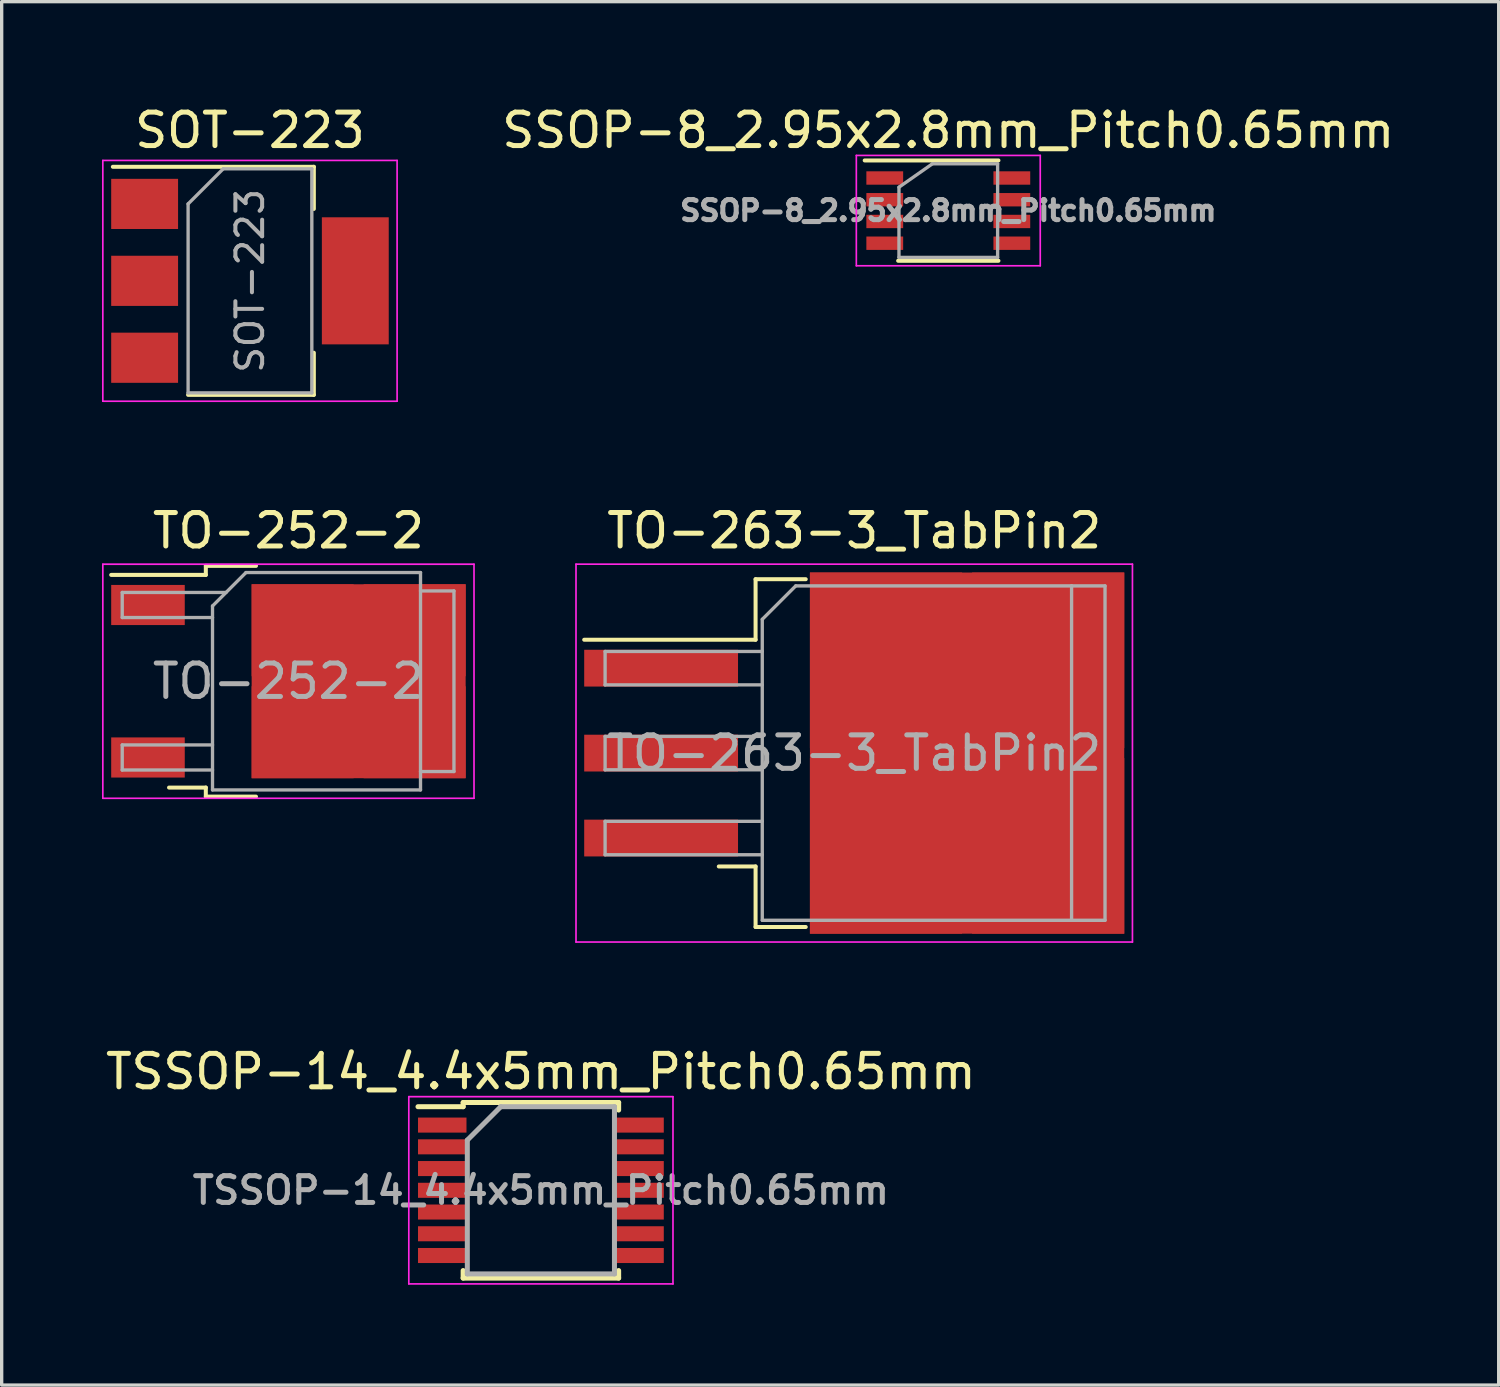
<source format=kicad_pcb>
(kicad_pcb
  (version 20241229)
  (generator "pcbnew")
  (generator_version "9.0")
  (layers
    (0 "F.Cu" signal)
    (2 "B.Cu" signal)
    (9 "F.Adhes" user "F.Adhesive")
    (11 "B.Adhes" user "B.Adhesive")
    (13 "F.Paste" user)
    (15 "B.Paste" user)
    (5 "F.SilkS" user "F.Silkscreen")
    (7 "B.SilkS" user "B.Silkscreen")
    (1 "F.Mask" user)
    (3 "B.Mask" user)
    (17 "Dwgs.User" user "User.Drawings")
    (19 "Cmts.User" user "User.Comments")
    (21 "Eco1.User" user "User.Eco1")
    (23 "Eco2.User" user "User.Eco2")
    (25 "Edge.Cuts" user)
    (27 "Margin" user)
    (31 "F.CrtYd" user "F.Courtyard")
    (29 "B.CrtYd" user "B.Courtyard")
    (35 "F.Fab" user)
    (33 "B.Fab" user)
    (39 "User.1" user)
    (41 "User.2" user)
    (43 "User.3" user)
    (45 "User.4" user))
  (footprint "TO-252-2"
    (layer "F.Cu")
    (at 5.575 17.322)
    (property "Reference" "TO-252-2" (at 0 -4.5 0) (layer "F.SilkS") (effects (font (size 1 1) (thickness 0.15))))
    (attr smd)
    (fp_line (start -2.47 -3.45) (end -2.47 -3.18) (stroke (width 0.12) (type solid)) (layer "F.SilkS"))
    (fp_line (start -2.47 -3.18) (end -5.3 -3.18) (stroke (width 0.12) (type solid)) (layer "F.SilkS"))
    (fp_line (start -2.47 3.18) (end -3.57 3.18) (stroke (width 0.12) (type solid)) (layer "F.SilkS"))
    (fp_line (start -2.47 3.45) (end -2.47 3.18) (stroke (width 0.12) (type solid)) (layer "F.SilkS"))
    (fp_line (start -0.97 -3.45) (end -2.47 -3.45) (stroke (width 0.12) (type solid)) (layer "F.SilkS"))
    (fp_line (start -0.97 3.45) (end -2.47 3.45) (stroke (width 0.12) (type solid)) (layer "F.SilkS"))
    (fp_line (start -5.55 -3.5) (end -5.55 3.5) (stroke (width 0.05) (type solid)) (layer "F.CrtYd"))
    (fp_line (start -5.55 3.5) (end 5.55 3.5) (stroke (width 0.05) (type solid)) (layer "F.CrtYd"))
    (fp_line (start 5.55 -3.5) (end -5.55 -3.5) (stroke (width 0.05) (type solid)) (layer "F.CrtYd"))
    (fp_line (start 5.55 3.5) (end 5.55 -3.5) (stroke (width 0.05) (type solid)) (layer "F.CrtYd"))
    (fp_line (start -4.97 -2.655) (end -4.97 -1.905) (stroke (width 0.1) (type solid)) (layer "F.Fab"))
    (fp_line (start -4.97 -1.905) (end -2.27 -1.905) (stroke (width 0.1) (type solid)) (layer "F.Fab"))
    (fp_line (start -4.97 1.905) (end -4.97 2.655) (stroke (width 0.1) (type solid)) (layer "F.Fab"))
    (fp_line (start -4.97 2.655) (end -2.27 2.655) (stroke (width 0.1) (type solid)) (layer "F.Fab"))
    (fp_line (start -2.27 -2.25) (end -1.27 -3.25) (stroke (width 0.1) (type solid)) (layer "F.Fab"))
    (fp_line (start -2.27 1.905) (end -4.97 1.905) (stroke (width 0.1) (type solid)) (layer "F.Fab"))
    (fp_line (start -2.27 3.25) (end -2.27 -2.25) (stroke (width 0.1) (type solid)) (layer "F.Fab"))
    (fp_line (start -1.865 -2.655) (end -4.97 -2.655) (stroke (width 0.1) (type solid)) (layer "F.Fab"))
    (fp_line (start -1.27 -3.25) (end 3.95 -3.25) (stroke (width 0.1) (type solid)) (layer "F.Fab"))
    (fp_line (start 3.95 -3.25) (end 3.95 3.25) (stroke (width 0.1) (type solid)) (layer "F.Fab"))
    (fp_line (start 3.95 -2.7) (end 4.95 -2.7) (stroke (width 0.1) (type solid)) (layer "F.Fab"))
    (fp_line (start 3.95 3.25) (end -2.27 3.25) (stroke (width 0.1) (type solid)) (layer "F.Fab"))
    (fp_line (start 4.95 -2.7) (end 4.95 2.7) (stroke (width 0.1) (type solid)) (layer "F.Fab"))
    (fp_line (start 4.95 2.7) (end 3.95 2.7) (stroke (width 0.1) (type solid)) (layer "F.Fab"))
    (fp_text user "${REFERENCE}" (at 0 0 0) (layer "F.Fab") (effects (font (size 1 1) (thickness 0.15))))
    (pad "1" smd rect (at -4.2 -2.28) (size 2.2 1.2) (layers "F.Cu" "F.Mask" "F.Paste"))
    (pad "2" smd rect (at 0.425 -1.525) (size 3.05 2.75) (layers "F.Cu" "F.Paste"))
    (pad "2" smd rect (at 0.425 1.525) (size 3.05 2.75) (layers "F.Cu" "F.Paste"))
    (pad "2" smd rect (at 2.1 0) (size 6.4 5.8) (layers "F.Cu" "F.Mask"))
    (pad "2" smd rect (at 3.775 -1.525) (size 3.05 2.75) (layers "F.Cu" "F.Paste"))
    (pad "2" smd rect (at 3.775 1.525) (size 3.05 2.75) (layers "F.Cu" "F.Paste"))
    (pad "3" smd rect (at -4.2 2.28) (size 2.2 1.2) (layers "F.Cu" "F.Mask" "F.Paste")))
  (footprint "TSSOP-14_4.4x5mm_Pitch0.65mm"
    (layer "F.Cu")
    (at 13.125 32.545)
    (property "Reference" "TSSOP-14_4.4x5mm_Pitch0.65mm" (at 0 -3.55 0) (layer "F.SilkS") (effects (font (size 1 1) (thickness 0.15))))
    (attr smd)
    (fp_line (start -2.325 -2.625) (end -2.325 -2.5) (stroke (width 0.15) (type solid)) (layer "F.SilkS"))
    (fp_line (start -2.325 -2.625) (end 2.325 -2.625) (stroke (width 0.15) (type solid)) (layer "F.SilkS"))
    (fp_line (start -2.325 -2.5) (end -3.675 -2.5) (stroke (width 0.15) (type solid)) (layer "F.SilkS"))
    (fp_line (start -2.325 2.625) (end -2.325 2.4) (stroke (width 0.15) (type solid)) (layer "F.SilkS"))
    (fp_line (start -2.325 2.625) (end 2.325 2.625) (stroke (width 0.15) (type solid)) (layer "F.SilkS"))
    (fp_line (start 2.325 -2.625) (end 2.325 -2.4) (stroke (width 0.15) (type solid)) (layer "F.SilkS"))
    (fp_line (start 2.325 2.625) (end 2.325 2.4) (stroke (width 0.15) (type solid)) (layer "F.SilkS"))
    (fp_line (start -3.95 -2.8) (end -3.95 2.8) (stroke (width 0.05) (type solid)) (layer "F.CrtYd"))
    (fp_line (start -3.95 -2.8) (end 3.95 -2.8) (stroke (width 0.05) (type solid)) (layer "F.CrtYd"))
    (fp_line (start -3.95 2.8) (end 3.95 2.8) (stroke (width 0.05) (type solid)) (layer "F.CrtYd"))
    (fp_line (start 3.95 -2.8) (end 3.95 2.8) (stroke (width 0.05) (type solid)) (layer "F.CrtYd"))
    (fp_line (start -2.2 -1.5) (end -1.2 -2.5) (stroke (width 0.15) (type solid)) (layer "F.Fab"))
    (fp_line (start -2.2 2.5) (end -2.2 -1.5) (stroke (width 0.15) (type solid)) (layer "F.Fab"))
    (fp_line (start -1.2 -2.5) (end 2.2 -2.5) (stroke (width 0.15) (type solid)) (layer "F.Fab"))
    (fp_line (start 2.2 -2.5) (end 2.2 2.5) (stroke (width 0.15) (type solid)) (layer "F.Fab"))
    (fp_line (start 2.2 2.5) (end -2.2 2.5) (stroke (width 0.15) (type solid)) (layer "F.Fab"))
    (fp_text user "${REFERENCE}" (at 0 0 0) (layer "F.Fab") (effects (font (size 0.8 0.8) (thickness 0.15))))
    (pad "1" smd rect (at -2.95 -1.95) (size 1.45 0.45) (layers "F.Cu" "F.Mask" "F.Paste"))
    (pad "2" smd rect (at -2.95 -1.3) (size 1.45 0.45) (layers "F.Cu" "F.Mask" "F.Paste"))
    (pad "3" smd rect (at -2.95 -0.65) (size 1.45 0.45) (layers "F.Cu" "F.Mask" "F.Paste"))
    (pad "4" smd rect (at -2.95 0) (size 1.45 0.45) (layers "F.Cu" "F.Mask" "F.Paste"))
    (pad "5" smd rect (at -2.95 0.65) (size 1.45 0.45) (layers "F.Cu" "F.Mask" "F.Paste"))
    (pad "6" smd rect (at -2.95 1.3) (size 1.45 0.45) (layers "F.Cu" "F.Mask" "F.Paste"))
    (pad "7" smd rect (at -2.95 1.95) (size 1.45 0.45) (layers "F.Cu" "F.Mask" "F.Paste"))
    (pad "8" smd rect (at 2.95 1.95) (size 1.45 0.45) (layers "F.Cu" "F.Mask" "F.Paste"))
    (pad "9" smd rect (at 2.95 1.3) (size 1.45 0.45) (layers "F.Cu" "F.Mask" "F.Paste"))
    (pad "10" smd rect (at 2.95 0.65) (size 1.45 0.45) (layers "F.Cu" "F.Mask" "F.Paste"))
    (pad "11" smd rect (at 2.95 0) (size 1.45 0.45) (layers "F.Cu" "F.Mask" "F.Paste"))
    (pad "12" smd rect (at 2.95 -0.65) (size 1.45 0.45) (layers "F.Cu" "F.Mask" "F.Paste"))
    (pad "13" smd rect (at 2.95 -1.3) (size 1.45 0.45) (layers "F.Cu" "F.Mask" "F.Paste"))
    (pad "14" smd rect (at 2.95 -1.95) (size 1.45 0.45) (layers "F.Cu" "F.Mask" "F.Paste")))
  (footprint "SOT-223"
    (layer "F.Cu")
    (at 4.425 5.348)
    (property "Reference" "SOT-223" (at 0 -4.5 0) (layer "F.SilkS") (effects (font (size 1 1) (thickness 0.15))))
    (attr smd)
    (fp_line (start -4.1 -3.41) (end 1.91 -3.41) (stroke (width 0.12) (type solid)) (layer "F.SilkS"))
    (fp_line (start -1.85 3.41) (end 1.91 3.41) (stroke (width 0.12) (type solid)) (layer "F.SilkS"))
    (fp_line (start 1.91 -3.41) (end 1.91 -2.15) (stroke (width 0.12) (type solid)) (layer "F.SilkS"))
    (fp_line (start 1.91 3.41) (end 1.91 2.15) (stroke (width 0.12) (type solid)) (layer "F.SilkS"))
    (fp_line (start -4.4 -3.6) (end -4.4 3.6) (stroke (width 0.05) (type solid)) (layer "F.CrtYd"))
    (fp_line (start -4.4 3.6) (end 4.4 3.6) (stroke (width 0.05) (type solid)) (layer "F.CrtYd"))
    (fp_line (start 4.4 -3.6) (end -4.4 -3.6) (stroke (width 0.05) (type solid)) (layer "F.CrtYd"))
    (fp_line (start 4.4 3.6) (end 4.4 -3.6) (stroke (width 0.05) (type solid)) (layer "F.CrtYd"))
    (fp_line (start -1.85 -2.3) (end -1.85 3.35) (stroke (width 0.1) (type solid)) (layer "F.Fab"))
    (fp_line (start -1.85 -2.3) (end -0.8 -3.35) (stroke (width 0.1) (type solid)) (layer "F.Fab"))
    (fp_line (start -1.85 3.35) (end 1.85 3.35) (stroke (width 0.1) (type solid)) (layer "F.Fab"))
    (fp_line (start -0.8 -3.35) (end 1.85 -3.35) (stroke (width 0.1) (type solid)) (layer "F.Fab"))
    (fp_line (start 1.85 -3.35) (end 1.85 3.35) (stroke (width 0.1) (type solid)) (layer "F.Fab"))
    (fp_text user "${REFERENCE}" (at 0 0 90) (layer "F.Fab") (effects (font (size 0.8 0.8) (thickness 0.12))))
    (pad "1" smd rect (at -3.15 -2.3) (size 2 1.5) (layers "F.Cu" "F.Mask" "F.Paste"))
    (pad "2" smd rect (at -3.15 0) (size 2 1.5) (layers "F.Cu" "F.Mask" "F.Paste"))
    (pad "3" smd rect (at -3.15 2.3) (size 2 1.5) (layers "F.Cu" "F.Mask" "F.Paste"))
    (pad "4" smd rect (at 3.15 0) (size 2 3.8) (layers "F.Cu" "F.Mask" "F.Paste")))
  (footprint "TO-263-3_TabPin2"
    (layer "F.Cu")
    (at 22.495 19.471)
    (property "Reference" "TO-263-3_TabPin2" (at 0 -6.65 0) (layer "F.SilkS") (effects (font (size 1 1) (thickness 0.15))))
    (attr smd)
    (fp_line (start -2.95 -5.2) (end -2.95 -3.39) (stroke (width 0.12) (type solid)) (layer "F.SilkS"))
    (fp_line (start -2.95 -3.39) (end -8.075 -3.39) (stroke (width 0.12) (type solid)) (layer "F.SilkS"))
    (fp_line (start -2.95 3.39) (end -4.05 3.39) (stroke (width 0.12) (type solid)) (layer "F.SilkS"))
    (fp_line (start -2.95 5.2) (end -2.95 3.39) (stroke (width 0.12) (type solid)) (layer "F.SilkS"))
    (fp_line (start -1.45 -5.2) (end -2.95 -5.2) (stroke (width 0.12) (type solid)) (layer "F.SilkS"))
    (fp_line (start -1.45 5.2) (end -2.95 5.2) (stroke (width 0.12) (type solid)) (layer "F.SilkS"))
    (fp_line (start -8.32 -5.65) (end -8.32 5.65) (stroke (width 0.05) (type solid)) (layer "F.CrtYd"))
    (fp_line (start -8.32 5.65) (end 8.32 5.65) (stroke (width 0.05) (type solid)) (layer "F.CrtYd"))
    (fp_line (start 8.32 -5.65) (end -8.32 -5.65) (stroke (width 0.05) (type solid)) (layer "F.CrtYd"))
    (fp_line (start 8.32 5.65) (end 8.32 -5.65) (stroke (width 0.05) (type solid)) (layer "F.CrtYd"))
    (fp_line (start -7.45 -3.04) (end -7.45 -2.04) (stroke (width 0.1) (type solid)) (layer "F.Fab"))
    (fp_line (start -7.45 -2.04) (end -2.75 -2.04) (stroke (width 0.1) (type solid)) (layer "F.Fab"))
    (fp_line (start -7.45 -0.5) (end -7.45 0.5) (stroke (width 0.1) (type solid)) (layer "F.Fab"))
    (fp_line (start -7.45 0.5) (end -2.75 0.5) (stroke (width 0.1) (type solid)) (layer "F.Fab"))
    (fp_line (start -7.45 2.04) (end -7.45 3.04) (stroke (width 0.1) (type solid)) (layer "F.Fab"))
    (fp_line (start -7.45 3.04) (end -2.75 3.04) (stroke (width 0.1) (type solid)) (layer "F.Fab"))
    (fp_line (start -2.75 -4) (end -1.75 -5) (stroke (width 0.1) (type solid)) (layer "F.Fab"))
    (fp_line (start -2.75 -3.04) (end -7.45 -3.04) (stroke (width 0.1) (type solid)) (layer "F.Fab"))
    (fp_line (start -2.75 -0.5) (end -7.45 -0.5) (stroke (width 0.1) (type solid)) (layer "F.Fab"))
    (fp_line (start -2.75 2.04) (end -7.45 2.04) (stroke (width 0.1) (type solid)) (layer "F.Fab"))
    (fp_line (start -2.75 5) (end -2.75 -4) (stroke (width 0.1) (type solid)) (layer "F.Fab"))
    (fp_line (start -1.75 -5) (end 6.5 -5) (stroke (width 0.1) (type solid)) (layer "F.Fab"))
    (fp_line (start 6.5 -5) (end 6.5 5) (stroke (width 0.1) (type solid)) (layer "F.Fab"))
    (fp_line (start 6.5 -5) (end 7.5 -5) (stroke (width 0.1) (type solid)) (layer "F.Fab"))
    (fp_line (start 6.5 5) (end -2.75 5) (stroke (width 0.1) (type solid)) (layer "F.Fab"))
    (fp_line (start 7.5 -5) (end 7.5 5) (stroke (width 0.1) (type solid)) (layer "F.Fab"))
    (fp_line (start 7.5 5) (end 6.5 5) (stroke (width 0.1) (type solid)) (layer "F.Fab"))
    (fp_text user "${REFERENCE}" (at 0 0 0) (layer "F.Fab") (effects (font (size 1 1) (thickness 0.15))))
    (pad "1" smd rect (at -5.775 -2.54) (size 4.6 1.1) (layers "F.Cu" "F.Mask" "F.Paste"))
    (pad "2" smd rect (at -5.775 0) (size 4.6 1.1) (layers "F.Cu" "F.Mask" "F.Paste"))
    (pad "2" smd rect (at 0.95 -2.775) (size 4.55 5.25) (layers "F.Cu" "F.Paste"))
    (pad "2" smd rect (at 0.95 2.775) (size 4.55 5.25) (layers "F.Cu" "F.Paste"))
    (pad "2" smd rect (at 3.375 0) (size 9.4 10.8) (layers "F.Cu" "F.Mask"))
    (pad "2" smd rect (at 5.8 -2.775) (size 4.55 5.25) (layers "F.Cu" "F.Paste"))
    (pad "2" smd rect (at 5.8 2.775) (size 4.55 5.25) (layers "F.Cu" "F.Paste"))
    (pad "3" smd rect (at -5.775 2.54) (size 4.6 1.1) (layers "F.Cu" "F.Mask" "F.Paste")))
  (footprint "SSOP-8_2.95x2.8mm_Pitch0.65mm"
    (layer "F.Cu")
    (at 25.308 3.248)
    (property "Reference" "SSOP-8_2.95x2.8mm_Pitch0.65mm" (at 0 -2.4 0) (layer "F.SilkS") (effects (font (size 1 1) (thickness 0.15))))
    (attr smd)
    (fp_line (start 1.5 -1.5) (end -2.5 -1.5) (stroke (width 0.12) (type solid)) (layer "F.SilkS"))
    (fp_line (start 1.5 1.5) (end -1.5 1.5) (stroke (width 0.12) (type solid)) (layer "F.SilkS"))
    (fp_line (start -2.75 -1.65) (end 2.75 -1.65) (stroke (width 0.05) (type solid)) (layer "F.CrtYd"))
    (fp_line (start -2.75 1.65) (end -2.75 -1.65) (stroke (width 0.05) (type solid)) (layer "F.CrtYd"))
    (fp_line (start 2.75 -1.65) (end 2.75 1.65) (stroke (width 0.05) (type solid)) (layer "F.CrtYd"))
    (fp_line (start 2.75 1.65) (end -2.75 1.65) (stroke (width 0.05) (type solid)) (layer "F.CrtYd"))
    (fp_line (start -1.475 1.4) (end -1.475 -0.7) (stroke (width 0.1) (type solid)) (layer "F.Fab"))
    (fp_line (start -0.475 -1.4) (end -1.475 -0.7) (stroke (width 0.1) (type solid)) (layer "F.Fab"))
    (fp_line (start -0.475 -1.4) (end 1.475 -1.4) (stroke (width 0.1) (type solid)) (layer "F.Fab"))
    (fp_line (start 1.475 -1.4) (end 1.475 1.4) (stroke (width 0.1) (type solid)) (layer "F.Fab"))
    (fp_line (start 1.475 1.4) (end -1.475 1.4) (stroke (width 0.1) (type solid)) (layer "F.Fab"))
    (fp_text user "${REFERENCE}" (at 0 0 0) (layer "F.Fab") (effects (font (size 0.6 0.6) (thickness 0.15))))
    (pad "1" smd rect (at -1.9 -0.975 270) (size 0.4 1.1) (layers "F.Cu" "F.Mask" "F.Paste"))
    (pad "2" smd rect (at -1.9 -0.325 270) (size 0.4 1.1) (layers "F.Cu" "F.Mask" "F.Paste"))
    (pad "3" smd rect (at -1.9 0.325 270) (size 0.4 1.1) (layers "F.Cu" "F.Mask" "F.Paste"))
    (pad "4" smd rect (at -1.9 0.975 270) (size 0.4 1.1) (layers "F.Cu" "F.Mask" "F.Paste"))
    (pad "5" smd rect (at 1.9 0.975 270) (size 0.4 1.1) (layers "F.Cu" "F.Mask" "F.Paste"))
    (pad "6" smd rect (at 1.9 0.325 270) (size 0.4 1.1) (layers "F.Cu" "F.Mask" "F.Paste"))
    (pad "7" smd rect (at 1.9 -0.325 270) (size 0.4 1.1) (layers "F.Cu" "F.Mask" "F.Paste"))
    (pad "8" smd rect (at 1.9 -0.975 270) (size 0.4 1.1) (layers "F.Cu" "F.Mask" "F.Paste")))
  (gr_rect
    (start -3 -3)
    (end 41.767 38.37)
    (stroke (width 0.1) (type default))
    (fill no)
    (layer "Edge.Cuts")))
</source>
